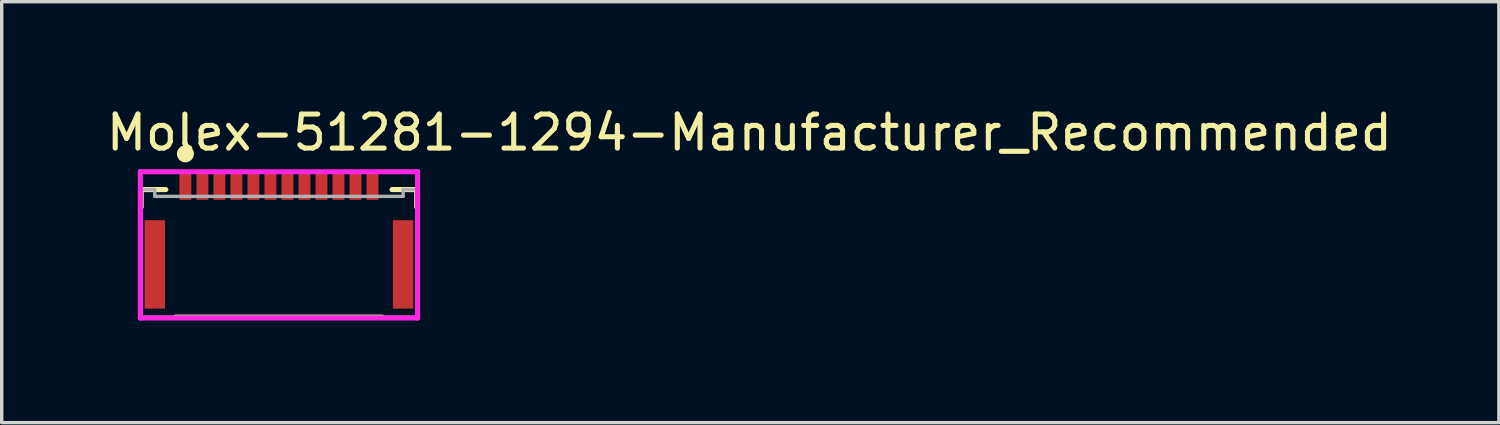
<source format=kicad_pcb>
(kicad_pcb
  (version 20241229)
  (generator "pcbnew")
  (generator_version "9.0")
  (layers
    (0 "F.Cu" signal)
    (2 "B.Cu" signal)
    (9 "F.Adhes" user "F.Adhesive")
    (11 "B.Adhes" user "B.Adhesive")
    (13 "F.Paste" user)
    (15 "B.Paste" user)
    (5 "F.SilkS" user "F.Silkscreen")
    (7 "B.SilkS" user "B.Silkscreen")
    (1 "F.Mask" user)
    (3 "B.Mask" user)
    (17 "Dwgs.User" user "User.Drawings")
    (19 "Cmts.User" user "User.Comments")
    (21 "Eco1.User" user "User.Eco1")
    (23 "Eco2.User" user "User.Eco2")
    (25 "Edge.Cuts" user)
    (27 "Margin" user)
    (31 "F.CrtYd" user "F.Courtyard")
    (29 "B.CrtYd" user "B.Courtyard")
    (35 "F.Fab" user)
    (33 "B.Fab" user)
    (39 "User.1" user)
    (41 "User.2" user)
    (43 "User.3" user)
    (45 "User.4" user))
  (footprint "Molex-51281-1294-Manufacturer_Recommended"
    (layer "F.Cu")
    (at 5.15 3.573)
    (property "Reference" "Molex-51281-1294-Manufacturer_Recommended" (at -5.15 -2.725 0) (layer "F.SilkS") (effects (font (size 1 1) (thickness 0.15)) (justify left)))
    (attr through_hole)
    (fp_line (start -4.05 -1.05) (end -3.325 -1.05) (stroke (width 0.15) (type solid)) (layer "F.SilkS"))
    (fp_line (start -4.05 -0.537) (end -4.05 -1.05) (stroke (width 0.15) (type solid)) (layer "F.SilkS"))
    (fp_line (start -3.038 2.7) (end 3.038 2.7) (stroke (width 0.15) (type solid)) (layer "F.SilkS"))
    (fp_line (start 3.325 -1.05) (end 4.05 -1.05) (stroke (width 0.15) (type solid)) (layer "F.SilkS"))
    (fp_line (start 4.05 -0.537) (end 4.05 -1.05) (stroke (width 0.15) (type solid)) (layer "F.SilkS"))
    (fp_circle (center -2.75 -2.1) (end -2.625 -2.1) (stroke (width 0.25) (type solid)) (fill no) (layer "F.SilkS"))
    (fp_line (start -4.075 -1.575) (end -4.075 2.725) (stroke (width 0.15) (type solid)) (layer "F.CrtYd"))
    (fp_line (start -4.075 2.725) (end 4.075 2.725) (stroke (width 0.15) (type solid)) (layer "F.CrtYd"))
    (fp_line (start 4.075 -1.575) (end -4.075 -1.575) (stroke (width 0.15) (type solid)) (layer "F.CrtYd"))
    (fp_line (start 4.075 -1.575) (end 4.075 -1.575) (stroke (width 0.15) (type solid)) (layer "F.CrtYd"))
    (fp_line (start 4.075 2.725) (end 4.075 -1.575) (stroke (width 0.15) (type solid)) (layer "F.CrtYd"))
    (fp_line (start -4.05 -1.05) (end -3.65 -1.05) (stroke (width 0.1) (type solid)) (layer "F.Fab"))
    (fp_line (start -4.05 2.7) (end -4.05 -1.05) (stroke (width 0.1) (type solid)) (layer "F.Fab"))
    (fp_line (start -4.05 2.7) (end 4.05 2.7) (stroke (width 0.1) (type solid)) (layer "F.Fab"))
    (fp_line (start -3.65 -0.85) (end -3.65 -1.05) (stroke (width 0.1) (type solid)) (layer "F.Fab"))
    (fp_line (start -3.65 -0.85) (end 3.65 -0.85) (stroke (width 0.1) (type solid)) (layer "F.Fab"))
    (fp_line (start 3.65 -1.05) (end 4.05 -1.05) (stroke (width 0.1) (type solid)) (layer "F.Fab"))
    (fp_line (start 3.65 -0.85) (end 3.65 -1.05) (stroke (width 0.1) (type solid)) (layer "F.Fab"))
    (fp_line (start 4.05 2.7) (end 4.05 -1.05) (stroke (width 0.1) (type solid)) (layer "F.Fab"))
    (pad "1" smd rect (at -2.75 -1.15) (size 0.35 0.8) (layers "F.Cu" "F.Mask" "F.Paste"))
    (pad "2" smd rect (at -2.25 -1.15) (size 0.35 0.8) (layers "F.Cu" "F.Mask" "F.Paste"))
    (pad "3" smd rect (at -1.75 -1.15) (size 0.35 0.8) (layers "F.Cu" "F.Mask" "F.Paste"))
    (pad "4" smd rect (at -1.25 -1.15) (size 0.35 0.8) (layers "F.Cu" "F.Mask" "F.Paste"))
    (pad "5" smd rect (at -0.75 -1.15) (size 0.35 0.8) (layers "F.Cu" "F.Mask" "F.Paste"))
    (pad "6" smd rect (at -0.25 -1.15) (size 0.35 0.8) (layers "F.Cu" "F.Mask" "F.Paste"))
    (pad "7" smd rect (at 0.25 -1.15) (size 0.35 0.8) (layers "F.Cu" "F.Mask" "F.Paste"))
    (pad "8" smd rect (at 0.75 -1.15) (size 0.35 0.8) (layers "F.Cu" "F.Mask" "F.Paste"))
    (pad "9" smd rect (at 1.25 -1.15) (size 0.35 0.8) (layers "F.Cu" "F.Mask" "F.Paste"))
    (pad "10" smd rect (at 1.75 -1.15) (size 0.35 0.8) (layers "F.Cu" "F.Mask" "F.Paste"))
    (pad "11" smd rect (at 2.25 -1.15) (size 0.35 0.8) (layers "F.Cu" "F.Mask" "F.Paste"))
    (pad "12" smd rect (at 2.75 -1.15) (size 0.35 0.8) (layers "F.Cu" "F.Mask" "F.Paste"))
    (pad "MP1" smd rect (at -3.65 1.15) (size 0.6 2.6) (layers "F.Cu" "F.Mask" "F.Paste"))
    (pad "MP2" smd rect (at 3.65 1.15) (size 0.6 2.6) (layers "F.Cu" "F.Mask" "F.Paste")))
  (gr_rect
    (start -3 -3)
    (end 41.012 9.373)
    (stroke (width 0.1) (type default))
    (fill no)
    (layer "Edge.Cuts")))
</source>
